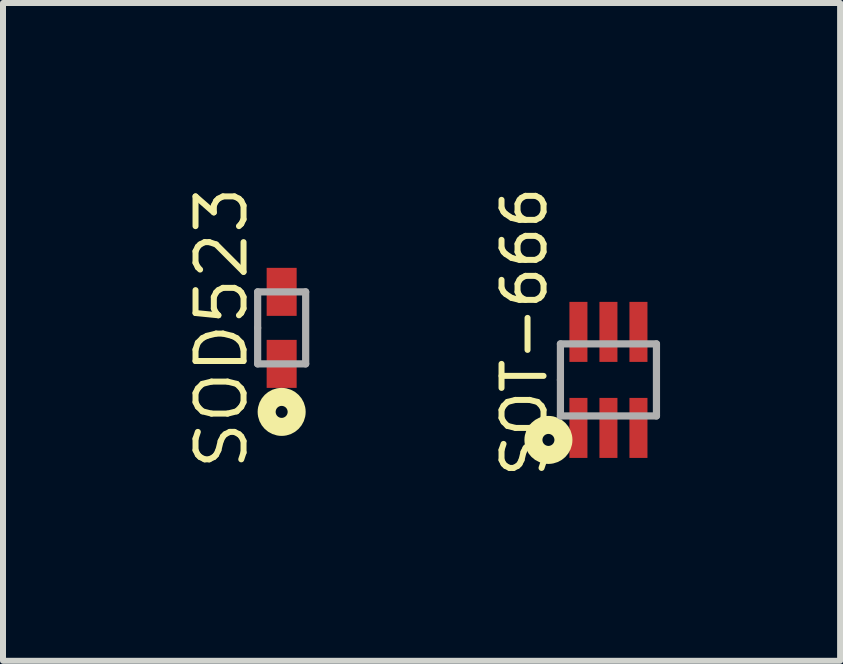
<source format=kicad_pcb>
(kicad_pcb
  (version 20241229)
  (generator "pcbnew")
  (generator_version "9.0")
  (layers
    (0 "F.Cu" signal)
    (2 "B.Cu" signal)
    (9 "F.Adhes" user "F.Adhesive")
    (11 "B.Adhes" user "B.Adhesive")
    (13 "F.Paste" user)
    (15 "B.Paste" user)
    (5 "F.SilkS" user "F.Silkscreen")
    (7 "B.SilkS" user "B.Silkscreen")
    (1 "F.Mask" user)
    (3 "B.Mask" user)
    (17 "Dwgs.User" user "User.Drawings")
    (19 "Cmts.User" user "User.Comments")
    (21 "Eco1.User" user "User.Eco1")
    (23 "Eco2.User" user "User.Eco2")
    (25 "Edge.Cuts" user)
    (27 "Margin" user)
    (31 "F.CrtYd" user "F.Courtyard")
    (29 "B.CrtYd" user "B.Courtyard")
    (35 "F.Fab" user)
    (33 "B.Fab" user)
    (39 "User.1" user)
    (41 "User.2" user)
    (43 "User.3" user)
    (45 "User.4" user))
  (footprint "SOD523"
    (layer "F.Cu")
    (at 1.643 2.413)
    (property "Reference" "SOD523" (at -1 0 90) (layer "F.SilkS") (effects (font (size 0.8 0.8) (thickness 0.1))))
    (attr smd)
    (fp_circle (center 0 1.4) (end 0.1 1.4) (stroke (width 0.3) (type solid)) (fill no) (layer "F.SilkS"))
    (fp_line (start -0.4 -0.6) (end 0.4 -0.6) (stroke (width 0.12) (type solid)) (layer "F.Fab"))
    (fp_line (start -0.4 0) (end -0.4 -0.6) (stroke (width 0.12) (type solid)) (layer "F.Fab"))
    (fp_line (start -0.4 0.6) (end -0.4 0) (stroke (width 0.12) (type solid)) (layer "F.Fab"))
    (fp_line (start 0.4 -0.6) (end 0.4 0.6) (stroke (width 0.12) (type solid)) (layer "F.Fab"))
    (fp_line (start 0.4 0.6) (end -0.4 0.6) (stroke (width 0.12) (type solid)) (layer "F.Fab"))
    (pad "1" smd rect (at 0 0.6) (size 0.5 0.8) (layers "F.Cu" "F.Mask" "F.Paste"))
    (pad "2" smd rect (at 0 -0.6) (size 0.5 0.8) (layers "F.Cu" "F.Mask" "F.Paste")))
  (footprint "SOT-666"
    (layer "F.Cu")
    (at 7.088 3.28)
    (property "Reference" "SOT-666" (at -1.4 -0.8 90) (layer "F.SilkS") (effects (font (size 0.7 0.7) (thickness 0.1))))
    (attr smd)
    (fp_circle (center -1 1) (end -0.9 1) (stroke (width 0.3) (type solid)) (fill no) (layer "F.SilkS"))
    (fp_line (start -0.8 -0.6) (end -0.8 0) (stroke (width 0.12) (type solid)) (layer "F.Fab"))
    (fp_line (start -0.8 0) (end -0.8 0.6) (stroke (width 0.12) (type solid)) (layer "F.Fab"))
    (fp_line (start -0.8 0.6) (end 0.8 0.6) (stroke (width 0.12) (type solid)) (layer "F.Fab"))
    (fp_line (start 0.8 -0.6) (end -0.8 -0.6) (stroke (width 0.12) (type solid)) (layer "F.Fab"))
    (fp_line (start 0.8 0.6) (end 0.8 -0.6) (stroke (width 0.12) (type solid)) (layer "F.Fab"))
    (pad "1" smd rect (at -0.5 0.8) (size 0.3 1) (layers "F.Cu" "F.Mask" "F.Paste"))
    (pad "2" smd rect (at 0 0.8) (size 0.3 1) (layers "F.Cu" "F.Mask" "F.Paste"))
    (pad "3" smd rect (at 0.5 0.8) (size 0.3 1) (layers "F.Cu" "F.Mask" "F.Paste"))
    (pad "4" smd rect (at 0.5 -0.8) (size 0.3 1) (layers "F.Cu" "F.Mask" "F.Paste"))
    (pad "5" smd rect (at 0 -0.8) (size 0.3 1) (layers "F.Cu" "F.Mask" "F.Paste"))
    (pad "6" smd rect (at -0.5 -0.8) (size 0.3 1) (layers "F.Cu" "F.Mask" "F.Paste")))
  (gr_rect
    (start -3 -3)
    (end 10.948 7.96)
    (stroke (width 0.1) (type default))
    (fill no)
    (layer "Edge.Cuts")))
</source>
